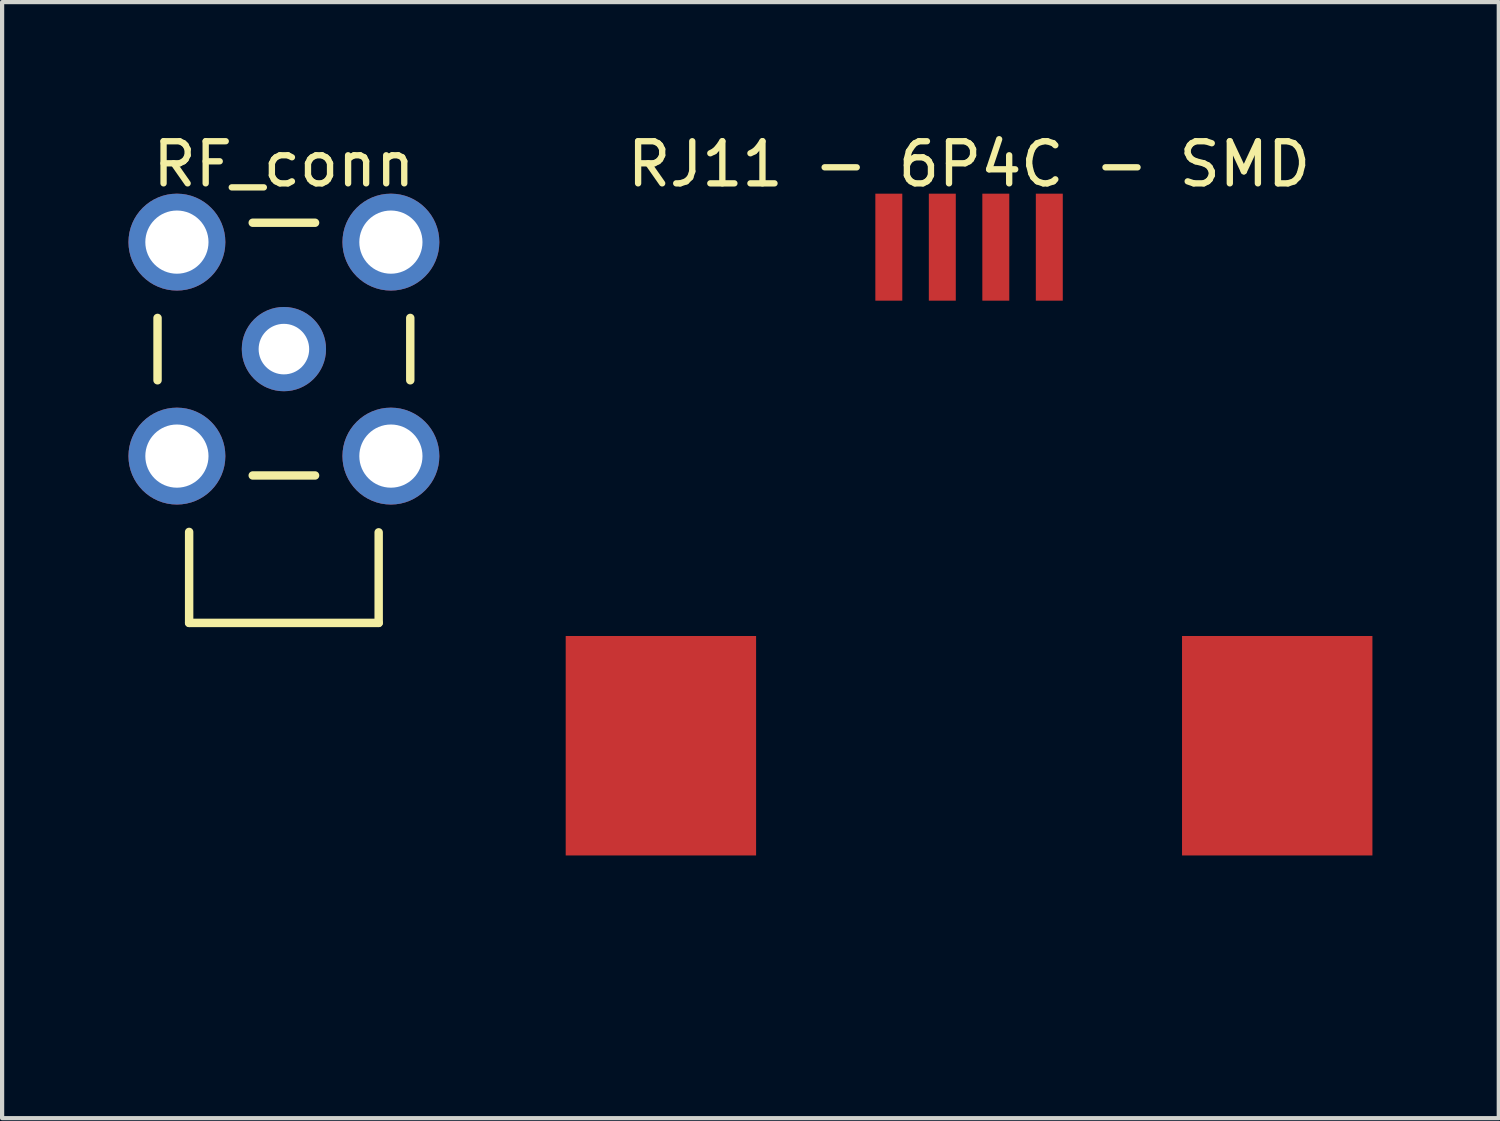
<source format=kicad_pcb>
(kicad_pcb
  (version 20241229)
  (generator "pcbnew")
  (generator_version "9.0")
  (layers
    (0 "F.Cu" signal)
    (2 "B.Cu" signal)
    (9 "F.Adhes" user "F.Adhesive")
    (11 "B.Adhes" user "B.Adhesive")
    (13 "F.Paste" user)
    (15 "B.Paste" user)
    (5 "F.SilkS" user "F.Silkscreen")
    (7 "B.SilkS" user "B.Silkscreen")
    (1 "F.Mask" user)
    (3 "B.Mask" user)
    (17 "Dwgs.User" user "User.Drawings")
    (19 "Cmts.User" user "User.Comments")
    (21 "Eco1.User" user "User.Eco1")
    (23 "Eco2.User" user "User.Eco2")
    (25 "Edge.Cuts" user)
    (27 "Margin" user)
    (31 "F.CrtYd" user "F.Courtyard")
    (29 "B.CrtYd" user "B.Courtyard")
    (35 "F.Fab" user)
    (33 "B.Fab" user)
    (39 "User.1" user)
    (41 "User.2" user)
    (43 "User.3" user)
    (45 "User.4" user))
  (footprint "RF_conn"
    (layer "F.Cu")
    (at 3.69 5.238)
    (property "Reference" "RF_conn" (at 0 -4.39 0) (layer "F.SilkS") (effects (font (size 1 1) (thickness 0.15))))
    (fp_line (start -3 0.74) (end -3 -0.74) (stroke (width 0.2) (type solid)) (layer "F.SilkS"))
    (fp_line (start -2.25 6.5) (end -2.25 4.34) (stroke (width 0.2) (type solid)) (layer "F.SilkS"))
    (fp_line (start -2.25 6.5) (end 2.25 6.5) (stroke (width 0.2) (type solid)) (layer "F.SilkS"))
    (fp_line (start -0.74 -3) (end 0.74 -3) (stroke (width 0.2) (type solid)) (layer "F.SilkS"))
    (fp_line (start -0.74 3) (end 0.74 3) (stroke (width 0.2) (type solid)) (layer "F.SilkS"))
    (fp_line (start 2.25 6.5) (end 2.25 4.35) (stroke (width 0.2) (type solid)) (layer "F.SilkS"))
    (fp_line (start 3 0.74) (end 3 -0.74) (stroke (width 0.2) (type solid)) (layer "F.SilkS"))
    (pad "1" thru_hole circle (at 0 0 90) (size 2 2) (drill 1.2) (layers "*.Cu" "*.Mask"))
    (pad "2" thru_hole circle (at 2.54 2.54 90) (size 2.3 2.3) (drill 1.5) (layers "*.Cu" "*.Mask"))
    (pad "3" thru_hole circle (at 2.54 -2.54 90) (size 2.3 2.3) (drill 1.5) (layers "*.Cu" "*.Mask"))
    (pad "4" thru_hole circle (at -2.54 -2.54 90) (size 2.3 2.3) (drill 1.5) (layers "*.Cu" "*.Mask"))
    (pad "5" thru_hole circle (at -2.54 2.54 90) (size 2.3 2.3) (drill 1.5) (layers "*.Cu" "*.Mask")))
  (footprint "RJ11 - 6P4C - SMD"
    (layer "F.Cu")
    (at 19.956 11.568)
    (property "Reference" "RJ11 - 6P4C - SMD" (at 0 -10.72 0) (layer "F.SilkS") (effects (font (size 1 1) (thickness 0.15))))
    (pad "5" smd rect (at -7.316 3.086) (size 4.52 5.21) (layers "F.Cu" "F.Mask" "F.Paste"))
    (pad "6" smd rect (at 7.316 3.086) (size 4.52 5.21) (layers "F.Cu" "F.Mask" "F.Paste"))
    (pad "A" smd rect (at -0.635 -8.75) (size 0.64 2.54) (layers "F.Cu" "F.Mask" "F.Paste"))
    (pad "B" smd rect (at 0.635 -8.75) (size 0.64 2.54) (layers "F.Cu" "F.Mask" "F.Paste"))
    (pad "GND" smd rect (at -1.905 -8.75) (size 0.64 2.54) (layers "F.Cu" "F.Mask" "F.Paste"))
    (pad "VCC" smd rect (at 1.905 -8.75) (size 0.64 2.54) (layers "F.Cu" "F.Mask" "F.Paste"))
    (zone (net_name "") (layer "F.SilkS") (hatch edge 0.5) (connect_pads) (min_thickness 0.25) (filled_areas_thickness no) (keepout (tracks not_allowed) (vias not_allowed) (pads not_allowed) (copperpour not_allowed) (footprints allowed)) (placement (enabled no)) (fill) (polygon (pts (xy 13.293 4.102) (xy 13.327 4.067) (xy 13.375 4.067) (xy 13.41 4.102) (xy 13.415 4.126) (xy 13.415 20.407) (xy 13.41 20.432) (xy 13.375 20.466) (xy 13.327 20.466) (xy 13.293 20.432) (xy 13.288 20.407) (xy 13.288 4.126))))
    (zone (net_name "") (layer "F.SilkS") (hatch edge 0.5) (connect_pads) (min_thickness 0.25) (filled_areas_thickness no) (keepout (tracks not_allowed) (vias not_allowed) (pads not_allowed) (copperpour not_allowed) (footprints allowed)) (placement (enabled no)) (fill) (polygon (pts (xy 26.503 4.102) (xy 26.537 4.067) (xy 26.585 4.067) (xy 26.62 4.102) (xy 26.625 4.126) (xy 26.625 20.433) (xy 26.62 20.457) (xy 26.585 20.492) (xy 26.537 20.492) (xy 26.503 20.457) (xy 26.498 20.433) (xy 26.498 4.126))))
    (zone (net_name "") (layer "F.SilkS") (hatch edge 0.5) (connect_pads) (min_thickness 0.25) (filled_areas_thickness no) (keepout (tracks not_allowed) (vias not_allowed) (pads not_allowed) (copperpour not_allowed) (footprints allowed)) (placement (enabled no)) (fill) (polygon (pts (xy 26.559 4.067) (xy 26.593 4.102) (xy 26.593 4.15) (xy 26.559 4.185) (xy 26.535 4.19) (xy 13.378 4.19) (xy 13.353 4.185) (xy 13.319 4.15) (xy 13.319 4.102) (xy 13.353 4.067) (xy 13.378 4.063) (xy 26.535 4.063))))
    (zone (net_name "") (layer "F.SilkS") (hatch edge 0.5) (connect_pads) (min_thickness 0.25) (filled_areas_thickness no) (keepout (tracks not_allowed) (vias not_allowed) (pads not_allowed) (copperpour not_allowed) (footprints allowed)) (placement (enabled no)) (fill) (polygon (pts (xy 26.584 20.374) (xy 26.619 20.409) (xy 26.619 20.457) (xy 26.584 20.492) (xy 26.56 20.496) (xy 13.378 20.496) (xy 13.353 20.492) (xy 13.319 20.457) (xy 13.319 20.409) (xy 13.353 20.374) (xy 13.378 20.369) (xy 26.56 20.369)))))
  (gr_rect
    (start -3 -3)
    (end 32.532 23.496)
    (stroke (width 0.1) (type default))
    (fill no)
    (layer "Edge.Cuts")))
</source>
